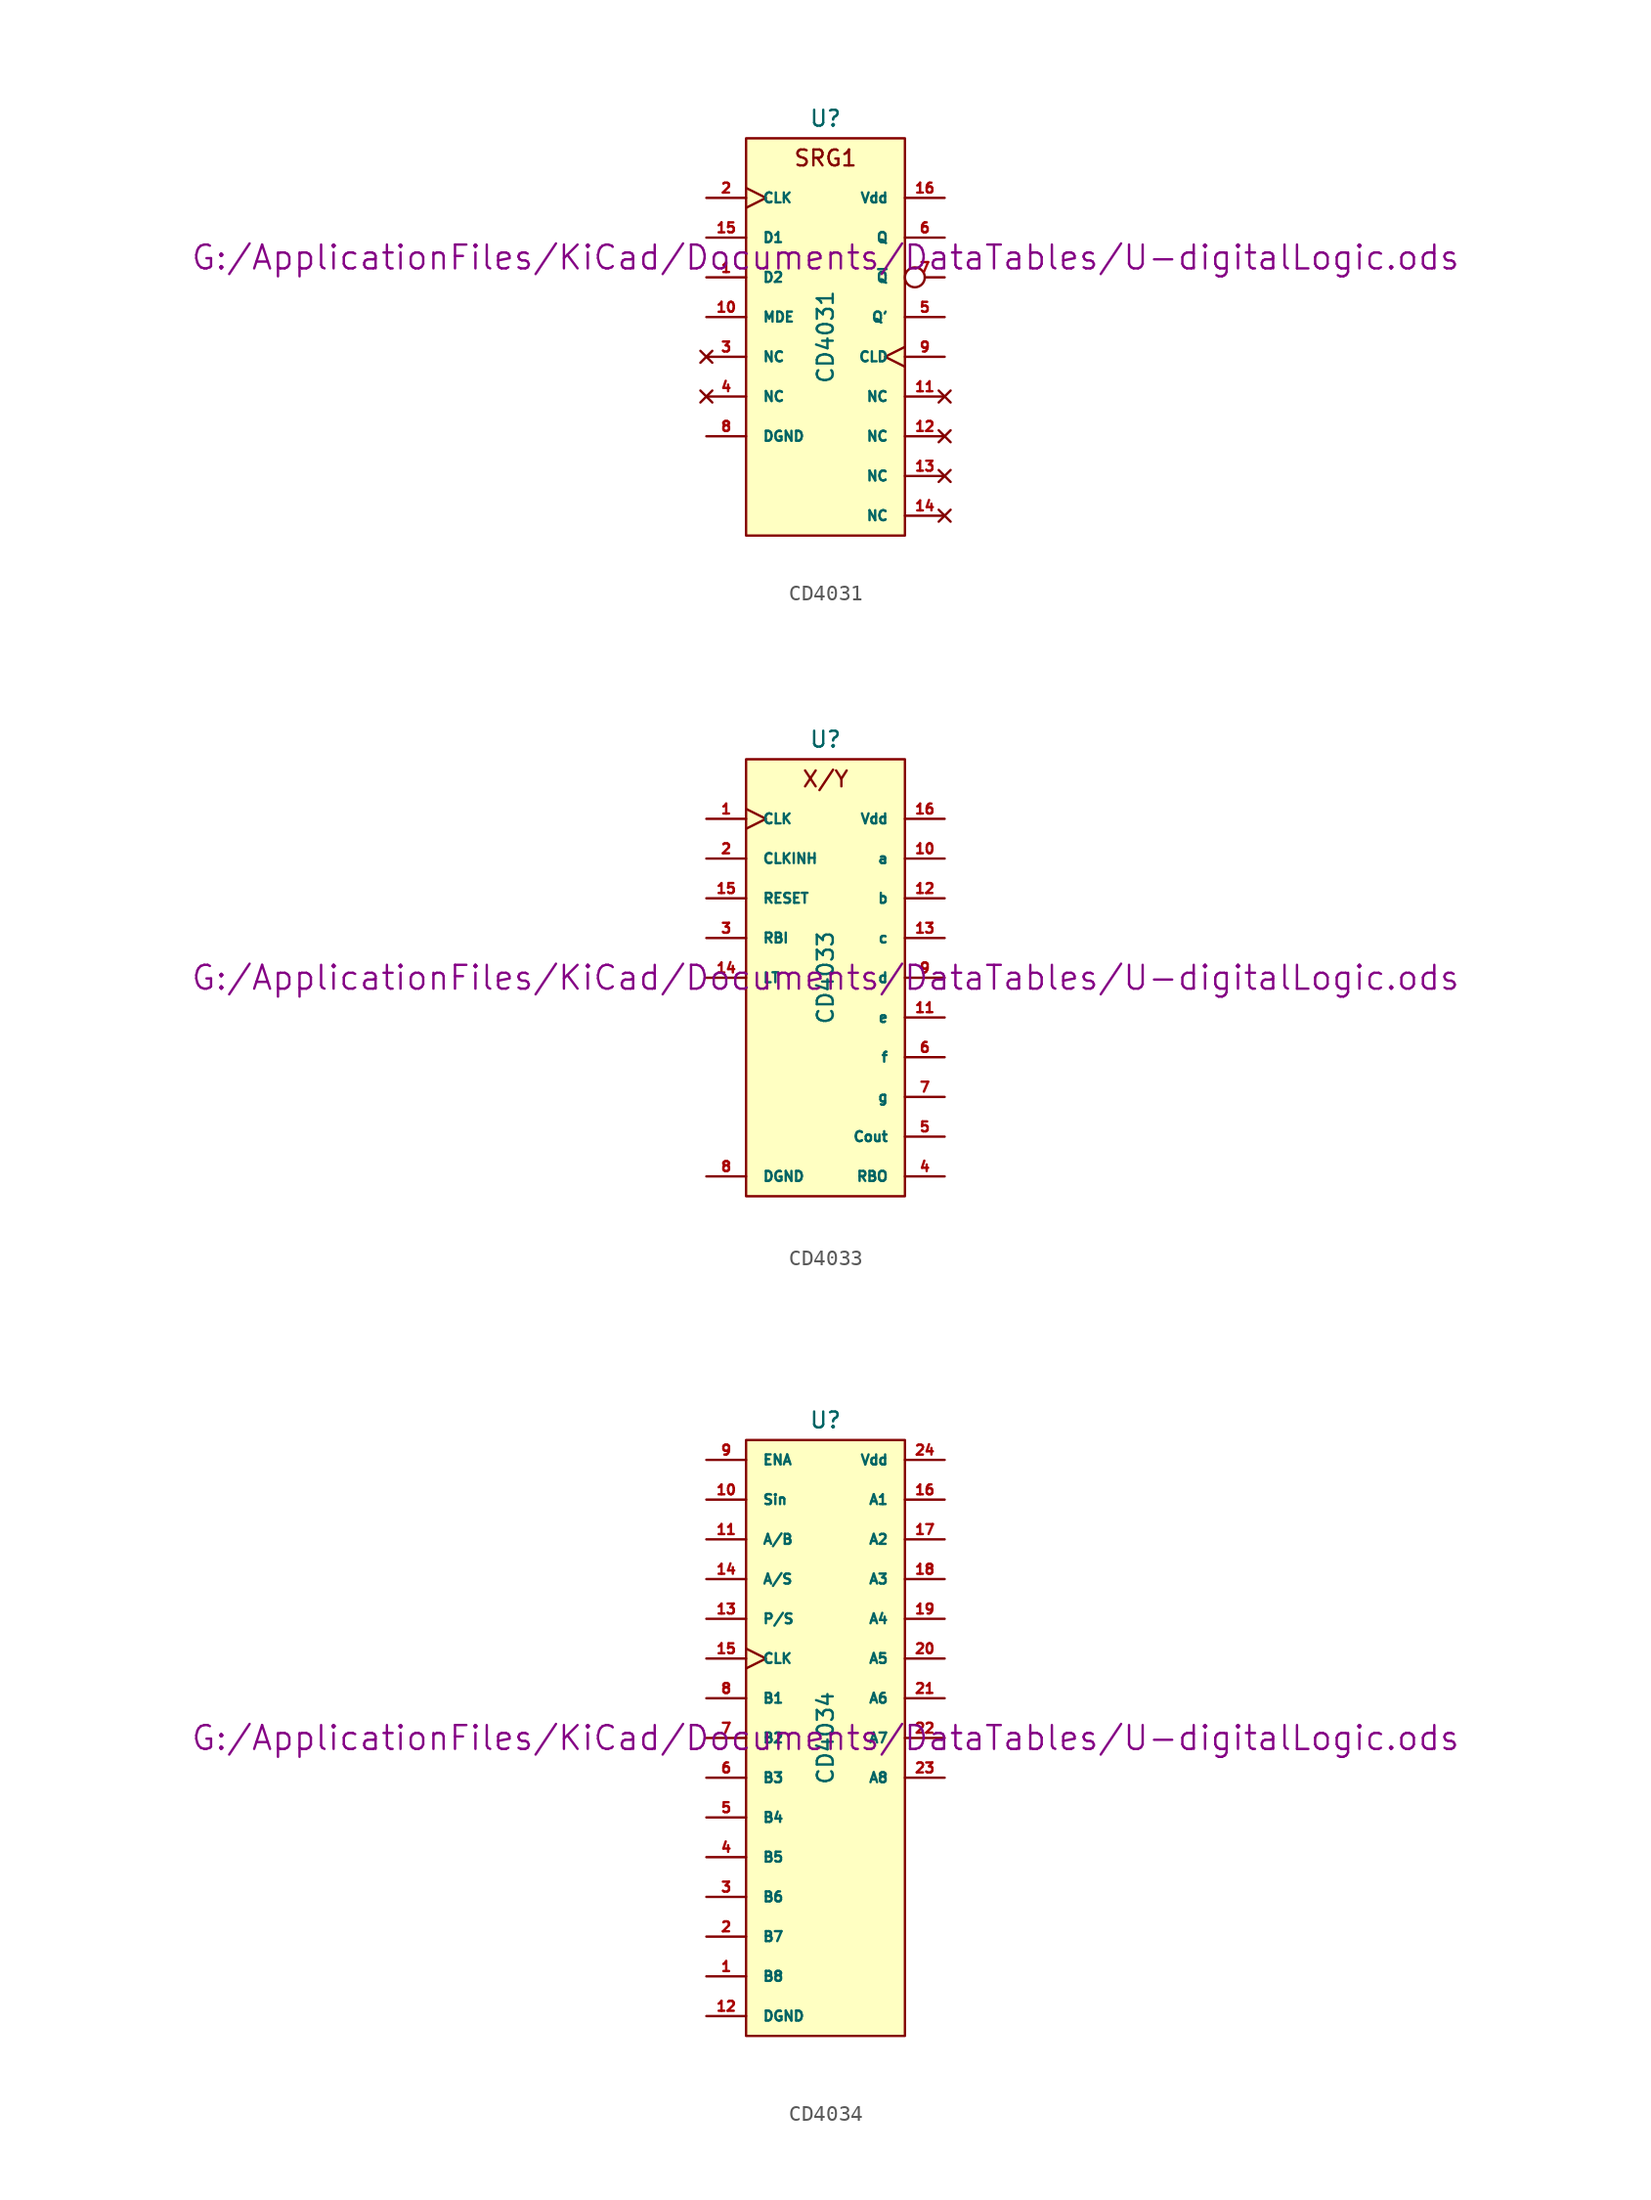
<source format=kicad_sym>
(kicad_symbol_lib
  (version 20211014)
  (generator kicad_symbol_editor)
  (symbol "CD4031"
    (pin_names
      (offset 1.016))
    (property "Reference" "U"
      (at 0 13.97 0)
      (effects (font (size 1.016 1.016))))
    (property "Value" "CD4031"
      (at 0 0 90)
      (effects (font (size 1.016 1.016))))
    (property "Footprint" ""
      (at 0 5.08 0)
      (effects (font (size 1.524 1.524))))
    (property "Datasheet" "G:/ApplicationFiles/KiCad/Documents/DataTables/U-digitalLogic.ods"
      (at 0 5.08 0)
      (effects (font (size 1.524 1.524))))
    (symbol "CD4031_0_0"
      (text "SRG1" (at 0 11.43 0) (effects (font (size 1.016 1.016)))))
    (symbol "CD4031_0_1"
      (rectangle (start -5.08 12.7) (end 5.08 -12.7) (stroke (width 0) (type default) (color 0 0 0 0)) (fill (type background))))
    (symbol "CD4031_1_1"
      (pin input line (at -7.62 3.81 0) (length 2.54) (name "D2" (effects (font (size 0.635 0.635)))) (number "1" (effects (font (size 0.635 0.635)))))
      (pin input line (at -7.62 1.27 0) (length 2.54) (name "MDE" (effects (font (size 0.635 0.635)))) (number "10" (effects (font (size 0.635 0.635)))))
      (pin no_connect line (at 7.62 -3.81 180) (length 2.54) (name "NC" (effects (font (size 0.635 0.635)))) (number "11" (effects (font (size 0.635 0.635)))))
      (pin no_connect line (at 7.62 -6.35 180) (length 2.54) (name "NC" (effects (font (size 0.635 0.635)))) (number "12" (effects (font (size 0.635 0.635)))))
      (pin no_connect line (at 7.62 -8.89 180) (length 2.54) (name "NC" (effects (font (size 0.635 0.635)))) (number "13" (effects (font (size 0.635 0.635)))))
      (pin no_connect line (at 7.62 -11.43 180) (length 2.54) (name "NC" (effects (font (size 0.635 0.635)))) (number "14" (effects (font (size 0.635 0.635)))))
      (pin input line (at -7.62 6.35 0) (length 2.54) (name "D1" (effects (font (size 0.635 0.635)))) (number "15" (effects (font (size 0.635 0.635)))))
      (pin power_in line (at 7.62 8.89 180) (length 2.54) (name "Vdd" (effects (font (size 0.635 0.635)))) (number "16" (effects (font (size 0.635 0.635)))))
      (pin input clock (at -7.62 8.89 0) (length 2.54) (name "CLK" (effects (font (size 0.635 0.635)))) (number "2" (effects (font (size 0.635 0.635)))))
      (pin no_connect line (at -7.62 -1.27 0) (length 2.54) (name "NC" (effects (font (size 0.635 0.635)))) (number "3" (effects (font (size 0.635 0.635)))))
      (pin no_connect line (at -7.62 -3.81 0) (length 2.54) (name "NC" (effects (font (size 0.635 0.635)))) (number "4" (effects (font (size 0.635 0.635)))))
      (pin output line (at 7.62 1.27 180) (length 2.54) (name "Q'" (effects (font (size 0.635 0.635)))) (number "5" (effects (font (size 0.635 0.635)))))
      (pin output line (at 7.62 6.35 180) (length 2.54) (name "Q" (effects (font (size 0.635 0.635)))) (number "6" (effects (font (size 0.635 0.635)))))
      (pin output inverted (at 7.62 3.81 180) (length 2.54) (name "~{Q}" (effects (font (size 0.635 0.635)))) (number "7" (effects (font (size 0.635 0.635)))))
      (pin power_in line (at -7.62 -6.35 0) (length 2.54) (name "DGND" (effects (font (size 0.635 0.635)))) (number "8" (effects (font (size 0.635 0.635)))))
      (pin output clock (at 7.62 -1.27 180) (length 2.54) (name "CLD" (effects (font (size 0.635 0.635)))) (number "9" (effects (font (size 0.635 0.635)))))))
  (symbol "CD4033"
    (pin_names
      (offset 1.016))
    (property "Reference" "U"
      (at 0 15.24 0)
      (effects (font (size 1.016 1.016))))
    (property "Value" "CD4033"
      (at 0 0 90)
      (effects (font (size 1.016 1.016))))
    (property "Footprint" ""
      (at 0 0 0)
      (effects (font (size 1.524 1.524))))
    (property "Datasheet" "G:/ApplicationFiles/KiCad/Documents/DataTables/U-digitalLogic.ods"
      (at 0 0 0)
      (effects (font (size 1.524 1.524))))
    (symbol "CD4033_0_0"
      (text "X/Y" (at 0 12.7 0) (effects (font (size 1.016 1.016)))))
    (symbol "CD4033_0_1"
      (rectangle (start -5.08 13.97) (end 5.08 -13.97) (stroke (width 0) (type default) (color 0 0 0 0)) (fill (type background))))
    (symbol "CD4033_1_1"
      (pin input clock (at -7.62 10.16 0) (length 2.54) (name "CLK" (effects (font (size 0.635 0.635)))) (number "1" (effects (font (size 0.635 0.635)))))
      (pin output line (at 7.62 7.62 180) (length 2.54) (name "a" (effects (font (size 0.635 0.635)))) (number "10" (effects (font (size 0.635 0.635)))))
      (pin output line (at 7.62 -2.54 180) (length 2.54) (name "e" (effects (font (size 0.635 0.635)))) (number "11" (effects (font (size 0.635 0.635)))))
      (pin output line (at 7.62 5.08 180) (length 2.54) (name "b" (effects (font (size 0.635 0.635)))) (number "12" (effects (font (size 0.635 0.635)))))
      (pin output line (at 7.62 2.54 180) (length 2.54) (name "c" (effects (font (size 0.635 0.635)))) (number "13" (effects (font (size 0.635 0.635)))))
      (pin input line (at -7.62 0 0) (length 2.54) (name "LT" (effects (font (size 0.635 0.635)))) (number "14" (effects (font (size 0.635 0.635)))))
      (pin input line (at -7.62 5.08 0) (length 2.54) (name "RESET" (effects (font (size 0.635 0.635)))) (number "15" (effects (font (size 0.635 0.635)))))
      (pin power_in line (at 7.62 10.16 180) (length 2.54) (name "Vdd" (effects (font (size 0.635 0.635)))) (number "16" (effects (font (size 0.635 0.635)))))
      (pin input line (at -7.62 7.62 0) (length 2.54) (name "CLKINH" (effects (font (size 0.635 0.635)))) (number "2" (effects (font (size 0.635 0.635)))))
      (pin input line (at -7.62 2.54 0) (length 2.54) (name "RBI" (effects (font (size 0.635 0.635)))) (number "3" (effects (font (size 0.635 0.635)))))
      (pin output line (at 7.62 -12.7 180) (length 2.54) (name "RBO" (effects (font (size 0.635 0.635)))) (number "4" (effects (font (size 0.635 0.635)))))
      (pin output line (at 7.62 -10.16 180) (length 2.54) (name "Cout" (effects (font (size 0.635 0.635)))) (number "5" (effects (font (size 0.635 0.635)))))
      (pin output line (at 7.62 -5.08 180) (length 2.54) (name "f" (effects (font (size 0.635 0.635)))) (number "6" (effects (font (size 0.635 0.635)))))
      (pin output line (at 7.62 -7.62 180) (length 2.54) (name "g" (effects (font (size 0.635 0.635)))) (number "7" (effects (font (size 0.635 0.635)))))
      (pin power_in line (at -7.62 -12.7 0) (length 2.54) (name "DGND" (effects (font (size 0.635 0.635)))) (number "8" (effects (font (size 0.635 0.635)))))
      (pin output line (at 7.62 0 180) (length 2.54) (name "d" (effects (font (size 0.635 0.635)))) (number "9" (effects (font (size 0.635 0.635)))))))
  (symbol "CD4034"
    (pin_names
      (offset 1.016))
    (property "Reference" "U"
      (at 0 20.32 0)
      (effects (font (size 1.016 1.016))))
    (property "Value" "CD4034"
      (at 0 0 90)
      (effects (font (size 1.016 1.016))))
    (property "Footprint" ""
      (at 0 0 0)
      (effects (font (size 1.524 1.524))))
    (property "Datasheet" "G:/ApplicationFiles/KiCad/Documents/DataTables/U-digitalLogic.ods"
      (at 0 0 0)
      (effects (font (size 1.524 1.524))))
    (symbol "CD4034_0_1"
      (rectangle (start -5.08 19.05) (end 5.08 -19.05) (stroke (width 0) (type default) (color 0 0 0 0)) (fill (type background))))
    (symbol "CD4034_1_1"
      (pin bidirectional line (at -7.62 -15.24 0) (length 2.54) (name "B8" (effects (font (size 0.635 0.635)))) (number "1" (effects (font (size 0.635 0.635)))))
      (pin input line (at -7.62 15.24 0) (length 2.54) (name "Sin" (effects (font (size 0.635 0.635)))) (number "10" (effects (font (size 0.635 0.635)))))
      (pin input line (at -7.62 12.7 0) (length 2.54) (name "A/B" (effects (font (size 0.635 0.635)))) (number "11" (effects (font (size 0.635 0.635)))))
      (pin power_in line (at -7.62 -17.78 0) (length 2.54) (name "DGND" (effects (font (size 0.635 0.635)))) (number "12" (effects (font (size 0.635 0.635)))))
      (pin input line (at -7.62 7.62 0) (length 2.54) (name "P/S" (effects (font (size 0.635 0.635)))) (number "13" (effects (font (size 0.635 0.635)))))
      (pin input line (at -7.62 10.16 0) (length 2.54) (name "A/S" (effects (font (size 0.635 0.635)))) (number "14" (effects (font (size 0.635 0.635)))))
      (pin input clock (at -7.62 5.08 0) (length 2.54) (name "CLK" (effects (font (size 0.635 0.635)))) (number "15" (effects (font (size 0.635 0.635)))))
      (pin bidirectional line (at 7.62 15.24 180) (length 2.54) (name "A1" (effects (font (size 0.635 0.635)))) (number "16" (effects (font (size 0.635 0.635)))))
      (pin bidirectional line (at 7.62 12.7 180) (length 2.54) (name "A2" (effects (font (size 0.635 0.635)))) (number "17" (effects (font (size 0.635 0.635)))))
      (pin bidirectional line (at 7.62 10.16 180) (length 2.54) (name "A3" (effects (font (size 0.635 0.635)))) (number "18" (effects (font (size 0.635 0.635)))))
      (pin bidirectional line (at 7.62 7.62 180) (length 2.54) (name "A4" (effects (font (size 0.635 0.635)))) (number "19" (effects (font (size 0.635 0.635)))))
      (pin bidirectional line (at -7.62 -12.7 0) (length 2.54) (name "B7" (effects (font (size 0.635 0.635)))) (number "2" (effects (font (size 0.635 0.635)))))
      (pin bidirectional line (at 7.62 5.08 180) (length 2.54) (name "A5" (effects (font (size 0.635 0.635)))) (number "20" (effects (font (size 0.635 0.635)))))
      (pin bidirectional line (at 7.62 2.54 180) (length 2.54) (name "A6" (effects (font (size 0.635 0.635)))) (number "21" (effects (font (size 0.635 0.635)))))
      (pin bidirectional line (at 7.62 0 180) (length 2.54) (name "A7" (effects (font (size 0.635 0.635)))) (number "22" (effects (font (size 0.635 0.635)))))
      (pin bidirectional line (at 7.62 -2.54 180) (length 2.54) (name "A8" (effects (font (size 0.635 0.635)))) (number "23" (effects (font (size 0.635 0.635)))))
      (pin power_in line (at 7.62 17.78 180) (length 2.54) (name "Vdd" (effects (font (size 0.635 0.635)))) (number "24" (effects (font (size 0.635 0.635)))))
      (pin bidirectional line (at -7.62 -10.16 0) (length 2.54) (name "B6" (effects (font (size 0.635 0.635)))) (number "3" (effects (font (size 0.635 0.635)))))
      (pin bidirectional line (at -7.62 -7.62 0) (length 2.54) (name "B5" (effects (font (size 0.635 0.635)))) (number "4" (effects (font (size 0.635 0.635)))))
      (pin bidirectional line (at -7.62 -5.08 0) (length 2.54) (name "B4" (effects (font (size 0.635 0.635)))) (number "5" (effects (font (size 0.635 0.635)))))
      (pin bidirectional line (at -7.62 -2.54 0) (length 2.54) (name "B3" (effects (font (size 0.635 0.635)))) (number "6" (effects (font (size 0.635 0.635)))))
      (pin bidirectional line (at -7.62 0 0) (length 2.54) (name "B2" (effects (font (size 0.635 0.635)))) (number "7" (effects (font (size 0.635 0.635)))))
      (pin bidirectional line (at -7.62 2.54 0) (length 2.54) (name "B1" (effects (font (size 0.635 0.635)))) (number "8" (effects (font (size 0.635 0.635)))))
      (pin input line (at -7.62 17.78 0) (length 2.54) (name "ENA" (effects (font (size 0.635 0.635)))) (number "9" (effects (font (size 0.635 0.635))))))))
</source>
